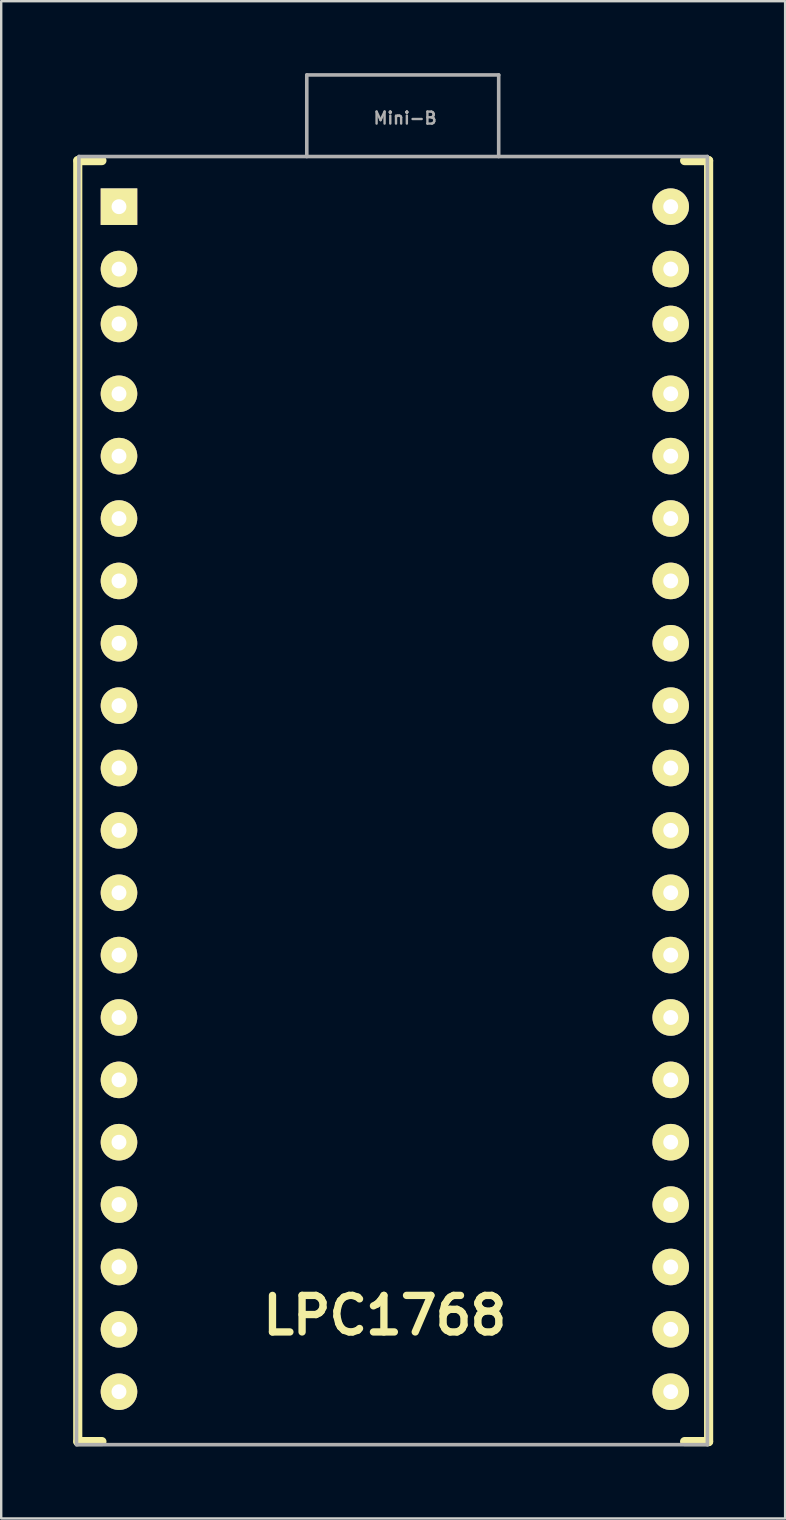
<source format=kicad_pcb>
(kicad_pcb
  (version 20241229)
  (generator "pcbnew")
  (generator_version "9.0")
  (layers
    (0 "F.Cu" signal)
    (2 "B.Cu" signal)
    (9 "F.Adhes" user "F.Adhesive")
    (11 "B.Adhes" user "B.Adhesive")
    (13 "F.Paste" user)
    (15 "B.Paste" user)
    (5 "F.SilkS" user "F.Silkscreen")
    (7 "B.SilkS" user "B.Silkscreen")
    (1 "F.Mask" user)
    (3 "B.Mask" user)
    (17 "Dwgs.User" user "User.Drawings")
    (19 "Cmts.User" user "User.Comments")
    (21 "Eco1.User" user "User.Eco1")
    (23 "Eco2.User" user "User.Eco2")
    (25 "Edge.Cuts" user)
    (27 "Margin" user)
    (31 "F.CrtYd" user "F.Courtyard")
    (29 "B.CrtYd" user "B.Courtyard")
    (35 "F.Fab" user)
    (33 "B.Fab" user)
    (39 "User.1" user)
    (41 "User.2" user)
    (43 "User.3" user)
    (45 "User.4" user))
  (footprint "LPC1768"
    (layer "F.Cu")
    (at 13.739 30.275)
    (property "Reference" "LPC1768" (at -0.749 21.511 0) (layer "F.SilkS") (effects (font (size 1.524 1.524) (thickness 0.305))))
    (attr through_hole)
    (fp_line (start -13.548 26.772) (end -13.548 -26.629) (stroke (width 0.381) (type solid)) (layer "F.SilkS"))
    (fp_line (start -13.54 -26.63) (end -12.54 -26.63) (stroke (width 0.381) (type solid)) (layer "F.SilkS"))
    (fp_line (start -13.54 26.77) (end -12.54 26.77) (stroke (width 0.381) (type solid)) (layer "F.SilkS"))
    (fp_line (start 11.75 -26.63) (end 12.75 -26.63) (stroke (width 0.381) (type solid)) (layer "F.SilkS"))
    (fp_line (start 11.75 26.77) (end 12.75 26.77) (stroke (width 0.381) (type solid)) (layer "F.SilkS"))
    (fp_line (start 12.751 -26.629) (end 12.751 26.772) (stroke (width 0.381) (type solid)) (layer "F.SilkS"))
    (fp_line (start -13.6 26.9) (end 12.7 26.9) (stroke (width 0.15) (type solid)) (layer "F.Fab"))
    (fp_line (start -13.5 -26.8) (end -13.6 26.9) (stroke (width 0.15) (type solid)) (layer "F.Fab"))
    (fp_line (start -4 -30.2) (end 4 -30.2) (stroke (width 0.15) (type solid)) (layer "F.Fab"))
    (fp_line (start -4 -26.8) (end -4 -30.2) (stroke (width 0.15) (type solid)) (layer "F.Fab"))
    (fp_line (start 4 -30.2) (end 4 -26.8) (stroke (width 0.15) (type solid)) (layer "F.Fab"))
    (fp_line (start 12.7 -26.8) (end -13.5 -26.8) (stroke (width 0.15) (type solid)) (layer "F.Fab"))
    (fp_line (start 12.7 26.9) (end 12.7 -26.8) (stroke (width 0.15) (type solid)) (layer "F.Fab"))
    (fp_text user "Mini-B" (at 0.1 -28.4 0) (layer "F.Fab") (effects (font (size 0.5 0.5) (thickness 0.1))))
    (pad "1" thru_hole rect (at -11.829 -24.709) (size 1.524 1.524) (drill 0.62) (layers "*.Cu" "*.Mask" "F.SilkS"))
    (pad "2" thru_hole circle (at -11.829 -22.108) (size 1.524 1.524) (drill 0.62) (layers "*.Cu" "*.Mask" "F.SilkS"))
    (pad "3" thru_hole circle (at -11.829 -19.82) (size 1.524 1.524) (drill 0.62) (layers "*.Cu" "*.Mask" "F.SilkS"))
    (pad "4" thru_hole circle (at -11.829 -16.909) (size 1.524 1.524) (drill 0.62) (layers "*.Cu" "*.Mask" "F.SilkS"))
    (pad "5" thru_hole circle (at -11.829 -14.31) (size 1.524 1.524) (drill 0.62) (layers "*.Cu" "*.Mask" "F.SilkS"))
    (pad "6" thru_hole circle (at -11.829 -11.709) (size 1.524 1.524) (drill 0.62) (layers "*.Cu" "*.Mask" "F.SilkS"))
    (pad "7" thru_hole circle (at -11.829 -9.108) (size 1.524 1.524) (drill 0.62) (layers "*.Cu" "*.Mask" "F.SilkS"))
    (pad "8" thru_hole circle (at -11.829 -6.51) (size 1.524 1.524) (drill 0.62) (layers "*.Cu" "*.Mask" "F.SilkS"))
    (pad "9" thru_hole circle (at -11.829 -3.909) (size 1.524 1.524) (drill 0.62) (layers "*.Cu" "*.Mask" "F.SilkS"))
    (pad "10" thru_hole circle (at -11.829 -1.308) (size 1.524 1.524) (drill 0.62) (layers "*.Cu" "*.Mask" "F.SilkS"))
    (pad "11" thru_hole circle (at -11.829 1.29) (size 1.524 1.524) (drill 0.62) (layers "*.Cu" "*.Mask" "F.SilkS"))
    (pad "12" thru_hole circle (at -11.829 3.891) (size 1.524 1.524) (drill 0.62) (layers "*.Cu" "*.Mask" "F.SilkS"))
    (pad "13" thru_hole circle (at -11.829 6.49) (size 1.524 1.524) (drill 0.62) (layers "*.Cu" "*.Mask" "F.SilkS"))
    (pad "14" thru_hole circle (at -11.829 9.091) (size 1.524 1.524) (drill 0.62) (layers "*.Cu" "*.Mask" "F.SilkS"))
    (pad "15" thru_hole circle (at -11.829 11.692) (size 1.524 1.524) (drill 0.62) (layers "*.Cu" "*.Mask" "F.SilkS"))
    (pad "16" thru_hole circle (at -11.829 14.29) (size 1.524 1.524) (drill 0.62) (layers "*.Cu" "*.Mask" "F.SilkS"))
    (pad "17" thru_hole circle (at -11.829 16.891) (size 1.524 1.524) (drill 0.62) (layers "*.Cu" "*.Mask" "F.SilkS"))
    (pad "18" thru_hole circle (at -11.829 19.492) (size 1.524 1.524) (drill 0.62) (layers "*.Cu" "*.Mask" "F.SilkS"))
    (pad "19" thru_hole circle (at -11.829 22.09) (size 1.524 1.524) (drill 0.62) (layers "*.Cu" "*.Mask" "F.SilkS"))
    (pad "20" thru_hole circle (at -11.829 24.691) (size 1.524 1.524) (drill 0.62) (layers "*.Cu" "*.Mask" "F.SilkS"))
    (pad "21" thru_hole circle (at 11.171 24.691) (size 1.524 1.524) (drill 0.62) (layers "*.Cu" "*.Mask" "F.SilkS"))
    (pad "22" thru_hole circle (at 11.171 22.09) (size 1.524 1.524) (drill 0.62) (layers "*.Cu" "*.Mask" "F.SilkS"))
    (pad "23" thru_hole circle (at 11.171 19.492) (size 1.524 1.524) (drill 0.62) (layers "*.Cu" "*.Mask" "F.SilkS"))
    (pad "24" thru_hole circle (at 11.171 16.891) (size 1.524 1.524) (drill 0.62) (layers "*.Cu" "*.Mask" "F.SilkS"))
    (pad "25" thru_hole circle (at 11.171 14.29) (size 1.524 1.524) (drill 0.62) (layers "*.Cu" "*.Mask" "F.SilkS"))
    (pad "26" thru_hole circle (at 11.171 11.692) (size 1.524 1.524) (drill 0.62) (layers "*.Cu" "*.Mask" "F.SilkS"))
    (pad "27" thru_hole circle (at 11.171 9.091) (size 1.524 1.524) (drill 0.62) (layers "*.Cu" "*.Mask" "F.SilkS"))
    (pad "28" thru_hole circle (at 11.171 6.49) (size 1.524 1.524) (drill 0.62) (layers "*.Cu" "*.Mask" "F.SilkS"))
    (pad "29" thru_hole circle (at 11.171 3.891) (size 1.524 1.524) (drill 0.62) (layers "*.Cu" "*.Mask" "F.SilkS"))
    (pad "30" thru_hole circle (at 11.171 1.29) (size 1.524 1.524) (drill 0.62) (layers "*.Cu" "*.Mask" "F.SilkS"))
    (pad "31" thru_hole circle (at 11.171 -1.308) (size 1.524 1.524) (drill 0.62) (layers "*.Cu" "*.Mask" "F.SilkS"))
    (pad "32" thru_hole circle (at 11.171 -3.909) (size 1.524 1.524) (drill 0.62) (layers "*.Cu" "*.Mask" "F.SilkS"))
    (pad "33" thru_hole circle (at 11.171 -6.51) (size 1.524 1.524) (drill 0.62) (layers "*.Cu" "*.Mask" "F.SilkS"))
    (pad "34" thru_hole circle (at 11.171 -9.108) (size 1.524 1.524) (drill 0.62) (layers "*.Cu" "*.Mask" "F.SilkS"))
    (pad "35" thru_hole circle (at 11.171 -11.709) (size 1.524 1.524) (drill 0.62) (layers "*.Cu" "*.Mask" "F.SilkS"))
    (pad "36" thru_hole circle (at 11.171 -14.31) (size 1.524 1.524) (drill 0.62) (layers "*.Cu" "*.Mask" "F.SilkS"))
    (pad "37" thru_hole circle (at 11.171 -16.909) (size 1.524 1.524) (drill 0.62) (layers "*.Cu" "*.Mask" "F.SilkS"))
    (pad "38" thru_hole circle (at 11.171 -19.82) (size 1.524 1.524) (drill 0.62) (layers "*.Cu" "*.Mask" "F.SilkS"))
    (pad "39" thru_hole circle (at 11.171 -22.108) (size 1.524 1.524) (drill 0.62) (layers "*.Cu" "*.Mask" "F.SilkS"))
    (pad "40" thru_hole circle (at 11.171 -24.709) (size 1.524 1.524) (drill 0.62) (layers "*.Cu" "*.Mask" "F.SilkS")))
  (gr_rect
    (start -3 -3)
    (end 29.68 60.25)
    (stroke (width 0.1) (type default))
    (fill no)
    (layer "Edge.Cuts")))
</source>
